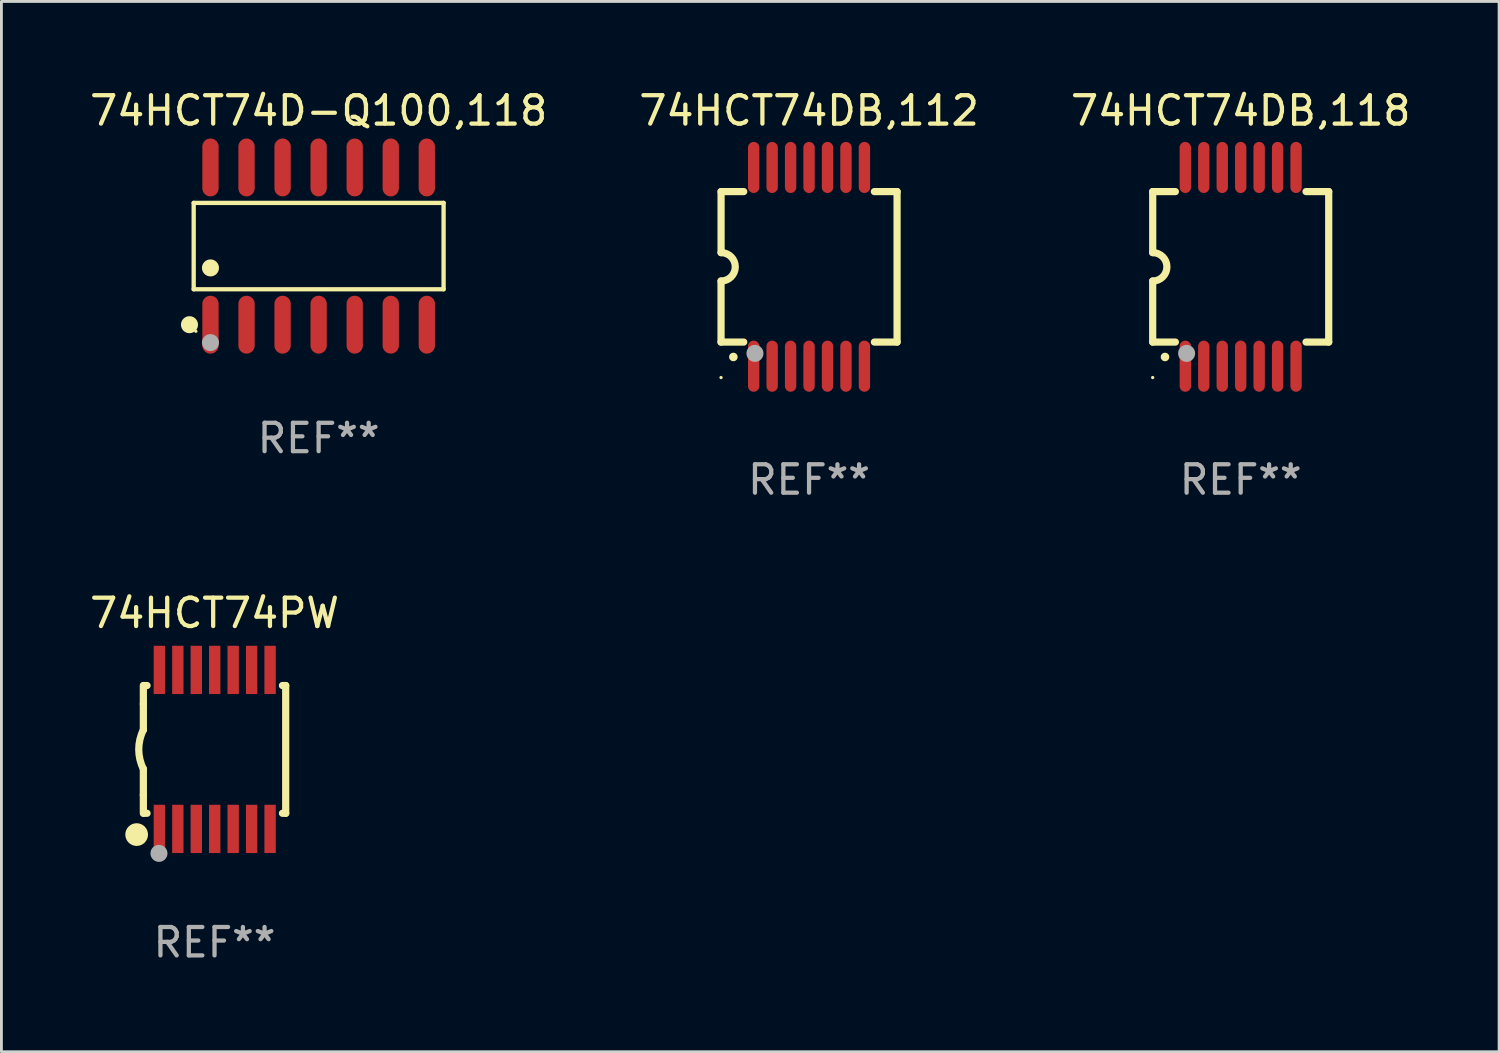
<source format=kicad_pcb>
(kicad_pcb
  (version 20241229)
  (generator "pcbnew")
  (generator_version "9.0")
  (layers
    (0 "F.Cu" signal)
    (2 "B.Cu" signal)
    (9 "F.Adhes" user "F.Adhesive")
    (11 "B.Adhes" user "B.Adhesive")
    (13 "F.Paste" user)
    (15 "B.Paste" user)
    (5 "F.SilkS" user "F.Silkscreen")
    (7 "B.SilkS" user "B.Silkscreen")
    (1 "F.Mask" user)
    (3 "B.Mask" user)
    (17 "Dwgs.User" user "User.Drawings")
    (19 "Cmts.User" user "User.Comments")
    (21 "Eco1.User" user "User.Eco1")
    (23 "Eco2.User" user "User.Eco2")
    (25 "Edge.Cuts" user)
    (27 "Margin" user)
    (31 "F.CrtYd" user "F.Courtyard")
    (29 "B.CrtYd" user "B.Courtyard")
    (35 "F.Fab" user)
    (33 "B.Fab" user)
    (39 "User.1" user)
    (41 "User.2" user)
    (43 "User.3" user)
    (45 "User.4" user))
  (footprint "74HCT74DB,112"
    (layer "F.Cu")
    (at 25.446 6.348)
    (property "Reference" "74HCT74DB,112" (at 0 -5.5 0) (layer "F.SilkS") (effects (font (size 1 1) (thickness 0.15))))
    (attr through_hole)
    (fp_line (start -3.1 2.65) (end -3.1 0.5) (stroke (width 0.254) (type solid)) (layer "F.SilkS"))
    (fp_line (start -3.099 -2.65) (end -2.301 -2.65) (stroke (width 0.254) (type solid)) (layer "F.SilkS"))
    (fp_line (start -3.099 -0.5) (end -3.099 -2.65) (stroke (width 0.254) (type solid)) (layer "F.SilkS"))
    (fp_line (start -2.301 2.65) (end -3.1 2.65) (stroke (width 0.254) (type solid)) (layer "F.SilkS"))
    (fp_line (start 2.301 -2.65) (end 3.1 -2.65) (stroke (width 0.254) (type solid)) (layer "F.SilkS"))
    (fp_line (start 3.1 -2.65) (end 3.1 2.65) (stroke (width 0.254) (type solid)) (layer "F.SilkS"))
    (fp_line (start 3.1 2.65) (end 2.301 2.65) (stroke (width 0.254) (type solid)) (layer "F.SilkS"))
    (fp_arc (start -3.098806 -0.500381) (mid -2.598806 0) (end -3.098806 0.500381) (stroke (width 0.254001) (type solid)) (layer "F.SilkS"))
    (fp_arc (start -2.667005 3.175006) (mid -2.665735 3.175001) (end -2.664465 3.175006) (stroke (width 0.3) (type solid)) (layer "F.SilkS"))
    (fp_circle (center -3.1 3.9) (end -3.07 3.9) (stroke (width 0.06) (type solid)) (fill no) (layer "F.SilkS"))
    (fp_circle (center -1.905 3.048) (end -1.755 3.048) (stroke (width 0.3) (type solid)) (fill no) (layer "F.Fab"))
    (fp_text user "REF**" (at 0 7.5 0) (layer "F.Fab") (effects (font (size 1 1) (thickness 0.15))))
    (pad "1" smd oval (at -1.95 3.5 270) (size 1.8 0.4) (layers "F.Cu" "F.Mask" "F.Paste"))
    (pad "2" smd oval (at -1.3 3.5 270) (size 1.8 0.4) (layers "F.Cu" "F.Mask" "F.Paste"))
    (pad "3" smd oval (at -0.65 3.5 270) (size 1.8 0.4) (layers "F.Cu" "F.Mask" "F.Paste"))
    (pad "4" smd oval (at 0 3.5 270) (size 1.8 0.4) (layers "F.Cu" "F.Mask" "F.Paste"))
    (pad "5" smd oval (at 0.65 3.5 270) (size 1.8 0.4) (layers "F.Cu" "F.Mask" "F.Paste"))
    (pad "6" smd oval (at 1.3 3.5 270) (size 1.8 0.4) (layers "F.Cu" "F.Mask" "F.Paste"))
    (pad "7" smd oval (at 1.95 3.5 270) (size 1.8 0.4) (layers "F.Cu" "F.Mask" "F.Paste"))
    (pad "8" smd oval (at 1.95 -3.5 90) (size 1.8 0.4) (layers "F.Cu" "F.Mask" "F.Paste"))
    (pad "9" smd oval (at 1.3 -3.5 90) (size 1.8 0.4) (layers "F.Cu" "F.Mask" "F.Paste"))
    (pad "10" smd oval (at 0.65 -3.5 90) (size 1.8 0.4) (layers "F.Cu" "F.Mask" "F.Paste"))
    (pad "11" smd oval (at 0 -3.5 90) (size 1.8 0.4) (layers "F.Cu" "F.Mask" "F.Paste"))
    (pad "12" smd oval (at -0.65 -3.5 90) (size 1.8 0.4) (layers "F.Cu" "F.Mask" "F.Paste"))
    (pad "13" smd oval (at -1.3 -3.5 90) (size 1.8 0.4) (layers "F.Cu" "F.Mask" "F.Paste"))
    (pad "14" smd oval (at -1.95 -3.5 90) (size 1.8 0.4) (layers "F.Cu" "F.Mask" "F.Paste")))
  (footprint "74HCT74DB,118"
    (layer "F.Cu")
    (at 40.649 6.348)
    (property "Reference" "74HCT74DB,118" (at 0 -5.5 0) (layer "F.SilkS") (effects (font (size 1 1) (thickness 0.15))))
    (attr through_hole)
    (fp_line (start -3.1 2.65) (end -3.1 0.5) (stroke (width 0.254) (type solid)) (layer "F.SilkS"))
    (fp_line (start -3.099 -2.65) (end -2.301 -2.65) (stroke (width 0.254) (type solid)) (layer "F.SilkS"))
    (fp_line (start -3.099 -0.5) (end -3.099 -2.65) (stroke (width 0.254) (type solid)) (layer "F.SilkS"))
    (fp_line (start -2.301 2.65) (end -3.1 2.65) (stroke (width 0.254) (type solid)) (layer "F.SilkS"))
    (fp_line (start 2.301 -2.65) (end 3.1 -2.65) (stroke (width 0.254) (type solid)) (layer "F.SilkS"))
    (fp_line (start 3.1 -2.65) (end 3.1 2.65) (stroke (width 0.254) (type solid)) (layer "F.SilkS"))
    (fp_line (start 3.1 2.65) (end 2.301 2.65) (stroke (width 0.254) (type solid)) (layer "F.SilkS"))
    (fp_arc (start -3.098806 -0.500381) (mid -2.598806 0) (end -3.098806 0.500381) (stroke (width 0.254001) (type solid)) (layer "F.SilkS"))
    (fp_arc (start -2.667005 3.175006) (mid -2.665735 3.175001) (end -2.664465 3.175006) (stroke (width 0.3) (type solid)) (layer "F.SilkS"))
    (fp_circle (center -3.1 3.9) (end -3.07 3.9) (stroke (width 0.06) (type solid)) (fill no) (layer "F.SilkS"))
    (fp_circle (center -1.905 3.048) (end -1.755 3.048) (stroke (width 0.3) (type solid)) (fill no) (layer "F.Fab"))
    (fp_text user "REF**" (at 0 7.5 0) (layer "F.Fab") (effects (font (size 1 1) (thickness 0.15))))
    (pad "1" smd oval (at -1.95 3.5 270) (size 1.8 0.4) (layers "F.Cu" "F.Mask" "F.Paste"))
    (pad "2" smd oval (at -1.3 3.5 270) (size 1.8 0.4) (layers "F.Cu" "F.Mask" "F.Paste"))
    (pad "3" smd oval (at -0.65 3.5 270) (size 1.8 0.4) (layers "F.Cu" "F.Mask" "F.Paste"))
    (pad "4" smd oval (at 0 3.5 270) (size 1.8 0.4) (layers "F.Cu" "F.Mask" "F.Paste"))
    (pad "5" smd oval (at 0.65 3.5 270) (size 1.8 0.4) (layers "F.Cu" "F.Mask" "F.Paste"))
    (pad "6" smd oval (at 1.3 3.5 270) (size 1.8 0.4) (layers "F.Cu" "F.Mask" "F.Paste"))
    (pad "7" smd oval (at 1.95 3.5 270) (size 1.8 0.4) (layers "F.Cu" "F.Mask" "F.Paste"))
    (pad "8" smd oval (at 1.95 -3.5 90) (size 1.8 0.4) (layers "F.Cu" "F.Mask" "F.Paste"))
    (pad "9" smd oval (at 1.3 -3.5 90) (size 1.8 0.4) (layers "F.Cu" "F.Mask" "F.Paste"))
    (pad "10" smd oval (at 0.65 -3.5 90) (size 1.8 0.4) (layers "F.Cu" "F.Mask" "F.Paste"))
    (pad "11" smd oval (at 0 -3.5 90) (size 1.8 0.4) (layers "F.Cu" "F.Mask" "F.Paste"))
    (pad "12" smd oval (at -0.65 -3.5 90) (size 1.8 0.4) (layers "F.Cu" "F.Mask" "F.Paste"))
    (pad "13" smd oval (at -1.3 -3.5 90) (size 1.8 0.4) (layers "F.Cu" "F.Mask" "F.Paste"))
    (pad "14" smd oval (at -1.95 -3.5 90) (size 1.8 0.4) (layers "F.Cu" "F.Mask" "F.Paste")))
  (footprint "74HCT74D-Q100,118"
    (layer "F.Cu")
    (at 8.173 5.617)
    (property "Reference" "74HCT74D-Q100,118" (at 0 -4.769 0) (layer "F.SilkS") (effects (font (size 1 1) (thickness 0.15))))
    (attr through_hole)
    (fp_line (start -4.401 -1.521) (end 4.401 -1.521) (stroke (width 0.152) (type solid)) (layer "F.SilkS"))
    (fp_line (start -4.401 1.521) (end -4.401 -1.521) (stroke (width 0.152) (type solid)) (layer "F.SilkS"))
    (fp_line (start 4.401 -1.521) (end 4.401 1.521) (stroke (width 0.152) (type solid)) (layer "F.SilkS"))
    (fp_line (start 4.401 1.521) (end -4.401 1.521) (stroke (width 0.152) (type solid)) (layer "F.SilkS"))
    (fp_circle (center -4.549 2.769) (end -4.399 2.769) (stroke (width 0.3) (type solid)) (fill no) (layer "F.SilkS"))
    (fp_circle (center -4.325 3) (end -4.295 3) (stroke (width 0.06) (type solid)) (fill no) (layer "F.SilkS"))
    (fp_circle (center -3.81 0.769) (end -3.66 0.769) (stroke (width 0.3) (type solid)) (fill no) (layer "F.SilkS"))
    (fp_circle (center -3.81 3.4) (end -3.66 3.4) (stroke (width 0.3) (type solid)) (fill no) (layer "F.Fab"))
    (fp_text user "REF**" (at 0 6.769 0) (layer "F.Fab") (effects (font (size 1 1) (thickness 0.15))))
    (pad "1" smd oval (at -3.81 2.769) (size 0.574 2.038) (layers "F.Cu" "F.Mask" "F.Paste"))
    (pad "2" smd oval (at -2.54 2.769) (size 0.574 2.038) (layers "F.Cu" "F.Mask" "F.Paste"))
    (pad "3" smd oval (at -1.27 2.769) (size 0.574 2.038) (layers "F.Cu" "F.Mask" "F.Paste"))
    (pad "4" smd oval (at 0 2.769) (size 0.574 2.038) (layers "F.Cu" "F.Mask" "F.Paste"))
    (pad "5" smd oval (at 1.27 2.769) (size 0.574 2.038) (layers "F.Cu" "F.Mask" "F.Paste"))
    (pad "6" smd oval (at 2.54 2.769) (size 0.574 2.038) (layers "F.Cu" "F.Mask" "F.Paste"))
    (pad "7" smd oval (at 3.81 2.769) (size 0.574 2.038) (layers "F.Cu" "F.Mask" "F.Paste"))
    (pad "8" smd oval (at 3.81 -2.769) (size 0.574 2.038) (layers "F.Cu" "F.Mask" "F.Paste"))
    (pad "9" smd oval (at 2.54 -2.769) (size 0.574 2.038) (layers "F.Cu" "F.Mask" "F.Paste"))
    (pad "10" smd oval (at 1.27 -2.769) (size 0.574 2.038) (layers "F.Cu" "F.Mask" "F.Paste"))
    (pad "11" smd oval (at 0 -2.769) (size 0.574 2.038) (layers "F.Cu" "F.Mask" "F.Paste"))
    (pad "12" smd oval (at -1.27 -2.769) (size 0.574 2.038) (layers "F.Cu" "F.Mask" "F.Paste"))
    (pad "13" smd oval (at -2.54 -2.769) (size 0.574 2.038) (layers "F.Cu" "F.Mask" "F.Paste"))
    (pad "14" smd oval (at -3.81 -2.769) (size 0.574 2.038) (layers "F.Cu" "F.Mask" "F.Paste")))
  (footprint "74HCT74PW"
    (layer "F.Cu")
    (at 4.506 23.345)
    (property "Reference" "74HCT74PW" (at 0 -4.8 0) (layer "F.SilkS") (effects (font (size 1 1) (thickness 0.15))))
    (attr through_hole)
    (fp_line (start -2.507 -1.6) (end -2.507 -2.25) (stroke (width 0.254) (type solid)) (layer "F.SilkS"))
    (fp_line (start -2.507 -0.686) (end -2.507 -1.6) (stroke (width 0.254) (type solid)) (layer "F.SilkS"))
    (fp_line (start -2.507 1.6) (end -2.507 0.686) (stroke (width 0.254) (type solid)) (layer "F.SilkS"))
    (fp_line (start -2.507 1.6) (end -2.507 2.25) (stroke (width 0.254) (type solid)) (layer "F.SilkS"))
    (fp_line (start -2.493 -2.25) (end -2.377 -2.25) (stroke (width 0.254) (type solid)) (layer "F.SilkS"))
    (fp_line (start -2.377 2.25) (end -2.493 2.25) (stroke (width 0.254) (type solid)) (layer "F.SilkS"))
    (fp_line (start 2.392 -2.25) (end 2.507 -2.25) (stroke (width 0.254) (type solid)) (layer "F.SilkS"))
    (fp_line (start 2.507 -2.25) (end 2.507 2.25) (stroke (width 0.254) (type solid)) (layer "F.SilkS"))
    (fp_line (start 2.507 2.25) (end 2.392 2.25) (stroke (width 0.254) (type solid)) (layer "F.SilkS"))
    (fp_arc (start -2.507303 0.685802) (mid -2.669199 0) (end -2.507303 -0.685801) (stroke (width 0.254001) (type solid)) (layer "F.SilkS"))
    (fp_circle (center -2.743 3) (end -2.543 3) (stroke (width 0.4) (type solid)) (fill no) (layer "F.SilkS"))
    (fp_circle (center -2.493 3.2) (end -2.463 3.2) (stroke (width 0.06) (type solid)) (fill no) (layer "F.SilkS"))
    (fp_circle (center -1.957 3.662) (end -1.807 3.662) (stroke (width 0.3) (type solid)) (fill no) (layer "F.Fab"))
    (fp_text user "REF**" (at 0 6.8 0) (layer "F.Fab") (effects (font (size 1 1) (thickness 0.15))))
    (pad "1" smd rect (at -1.943 2.8) (size 0.4 1.7) (layers "F.Cu" "F.Mask" "F.Paste"))
    (pad "2" smd rect (at -1.293 2.8) (size 0.4 1.7) (layers "F.Cu" "F.Mask" "F.Paste"))
    (pad "3" smd rect (at -0.643 2.8) (size 0.4 1.7) (layers "F.Cu" "F.Mask" "F.Paste"))
    (pad "4" smd rect (at 0.007 2.8) (size 0.4 1.7) (layers "F.Cu" "F.Mask" "F.Paste"))
    (pad "5" smd rect (at 0.657 2.8) (size 0.4 1.7) (layers "F.Cu" "F.Mask" "F.Paste"))
    (pad "6" smd rect (at 1.307 2.8) (size 0.4 1.7) (layers "F.Cu" "F.Mask" "F.Paste"))
    (pad "7" smd rect (at 1.957 2.8) (size 0.4 1.7) (layers "F.Cu" "F.Mask" "F.Paste"))
    (pad "8" smd rect (at 1.957 -2.8) (size 0.4 1.7) (layers "F.Cu" "F.Mask" "F.Paste"))
    (pad "9" smd rect (at 1.307 -2.8) (size 0.4 1.7) (layers "F.Cu" "F.Mask" "F.Paste"))
    (pad "10" smd rect (at 0.657 -2.8) (size 0.4 1.7) (layers "F.Cu" "F.Mask" "F.Paste"))
    (pad "11" smd rect (at 0.007 -2.8) (size 0.4 1.7) (layers "F.Cu" "F.Mask" "F.Paste"))
    (pad "12" smd rect (at -0.643 -2.8) (size 0.4 1.7) (layers "F.Cu" "F.Mask" "F.Paste"))
    (pad "13" smd rect (at -1.293 -2.8) (size 0.4 1.7) (layers "F.Cu" "F.Mask" "F.Paste"))
    (pad "14" smd rect (at -1.943 -2.8) (size 0.4 1.7) (layers "F.Cu" "F.Mask" "F.Paste")))
  (gr_rect
    (start -3 -3)
    (end 49.75 33.993)
    (stroke (width 0.1) (type default))
    (fill no)
    (layer "Edge.Cuts")))
</source>
